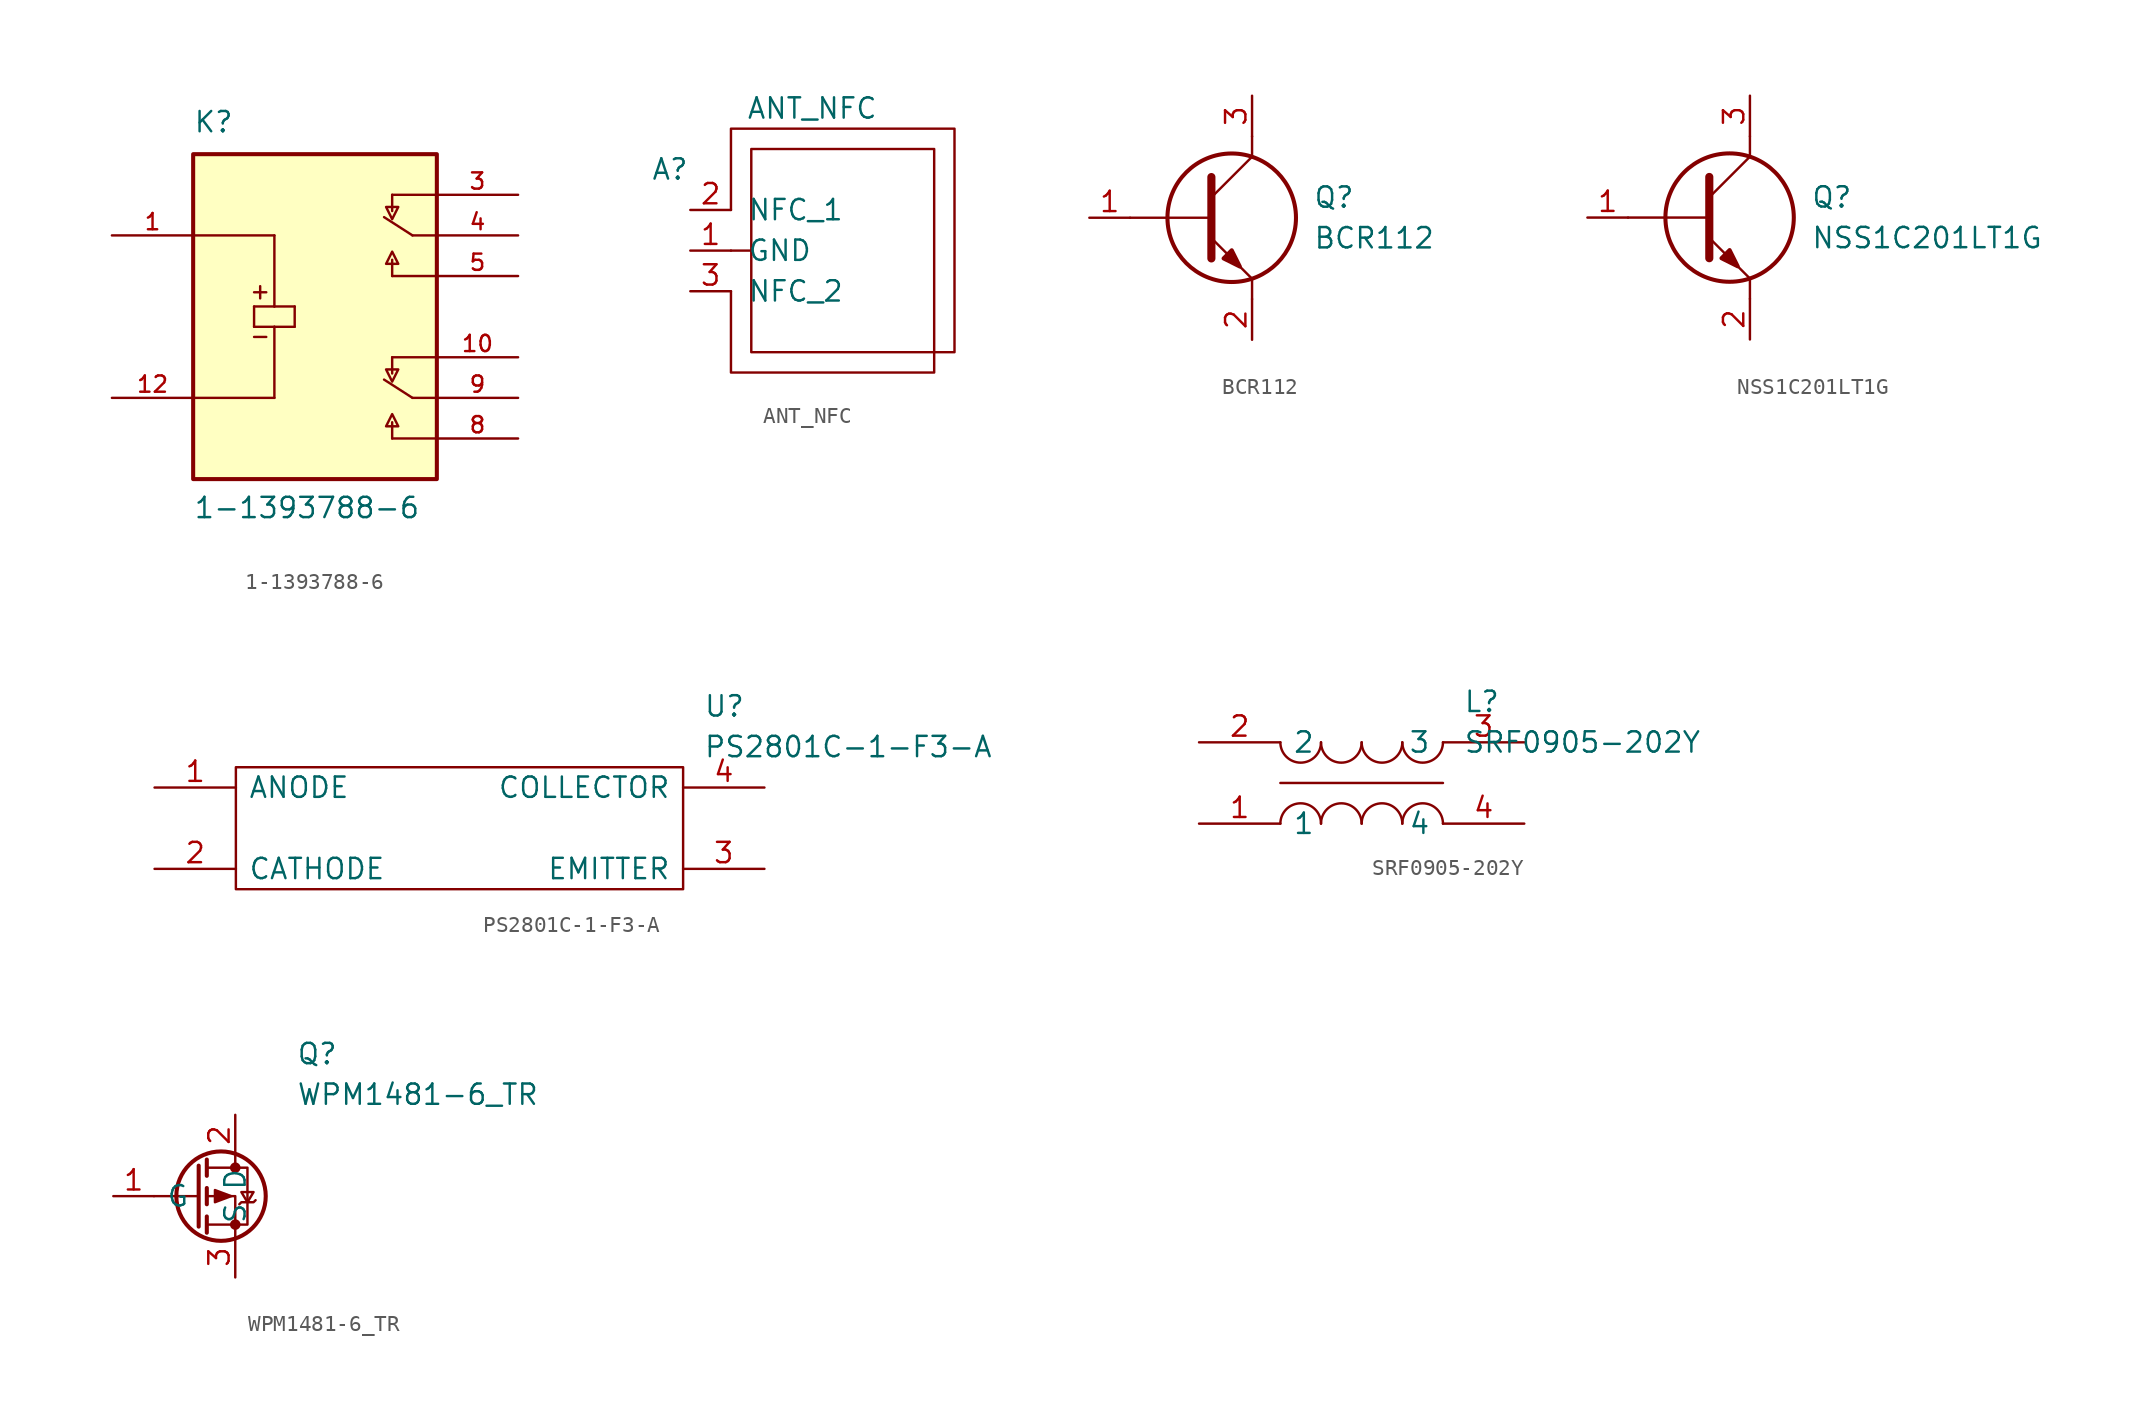
<source format=kicad_sym>
(kicad_symbol_lib
  (version 20211014)
  (generator kicad_symbol_editor)
  (symbol "1-1393788-6"
    (pin_names
      (offset 1.016) hide)
    (property "Reference" "K"
      (at -7.62 11.43 0)
      (effects (font (size 1.27 1.27)) (justify left bottom)))
    (property "Value" "1-1393788-6"
      (at -7.62 -12.7 0)
      (effects (font (size 1.27 1.27)) (justify left bottom)))
    (symbol "1-1393788-6_0_0"
      (rectangle (start -7.62 -10.16) (end 7.62 10.16) (stroke (width 0.254) (type default) (color 0 0 0 0)) (fill (type background)))
      (polyline (pts (xy -7.62 -5.08) (xy -2.54 -5.08)) (stroke (width 0.152) (type default) (color 0 0 0 0)) (fill (type none)))
      (polyline (pts (xy -7.62 5.08) (xy -2.54 5.08)) (stroke (width 0.152) (type default) (color 0 0 0 0)) (fill (type none)))
      (polyline (pts (xy -3.81 -1.27) (xy -3.048 -1.27)) (stroke (width 0.152) (type default) (color 0 0 0 0)) (fill (type none)))
      (polyline (pts (xy -3.81 -0.635) (xy -3.81 0.635)) (stroke (width 0.152) (type default) (color 0 0 0 0)) (fill (type none)))
      (polyline (pts (xy -3.81 0.635) (xy -2.54 0.635)) (stroke (width 0.152) (type default) (color 0 0 0 0)) (fill (type none)))
      (polyline (pts (xy -3.81 1.524) (xy -3.048 1.524)) (stroke (width 0.152) (type default) (color 0 0 0 0)) (fill (type none)))
      (polyline (pts (xy -3.429 1.905) (xy -3.429 1.143)) (stroke (width 0.152) (type default) (color 0 0 0 0)) (fill (type none)))
      (polyline (pts (xy -2.54 -0.635) (xy -3.81 -0.635)) (stroke (width 0.152) (type default) (color 0 0 0 0)) (fill (type none)))
      (polyline (pts (xy -2.54 -0.635) (xy -2.54 -5.08)) (stroke (width 0.152) (type default) (color 0 0 0 0)) (fill (type none)))
      (polyline (pts (xy -2.54 0.635) (xy -1.27 0.635)) (stroke (width 0.152) (type default) (color 0 0 0 0)) (fill (type none)))
      (polyline (pts (xy -2.54 5.08) (xy -2.54 0.635)) (stroke (width 0.152) (type default) (color 0 0 0 0)) (fill (type none)))
      (polyline (pts (xy -1.27 -0.635) (xy -2.54 -0.635)) (stroke (width 0.152) (type default) (color 0 0 0 0)) (fill (type none)))
      (polyline (pts (xy -1.27 0.635) (xy -1.27 -0.635)) (stroke (width 0.152) (type default) (color 0 0 0 0)) (fill (type none)))
      (polyline (pts (xy 4.826 -7.62) (xy 4.826 -6.604)) (stroke (width 0.152) (type default) (color 0 0 0 0)) (fill (type none)))
      (polyline (pts (xy 4.826 -7.62) (xy 7.62 -7.62)) (stroke (width 0.152) (type default) (color 0 0 0 0)) (fill (type none)))
      (polyline (pts (xy 4.826 -2.54) (xy 4.826 -3.556)) (stroke (width 0.152) (type default) (color 0 0 0 0)) (fill (type none)))
      (polyline (pts (xy 4.826 -2.54) (xy 7.62 -2.54)) (stroke (width 0.152) (type default) (color 0 0 0 0)) (fill (type none)))
      (polyline (pts (xy 4.826 2.54) (xy 4.826 3.556)) (stroke (width 0.152) (type default) (color 0 0 0 0)) (fill (type none)))
      (polyline (pts (xy 4.826 2.54) (xy 7.62 2.54)) (stroke (width 0.152) (type default) (color 0 0 0 0)) (fill (type none)))
      (polyline (pts (xy 4.826 7.62) (xy 4.826 6.604)) (stroke (width 0.152) (type default) (color 0 0 0 0)) (fill (type none)))
      (polyline (pts (xy 4.826 7.62) (xy 7.62 7.62)) (stroke (width 0.152) (type default) (color 0 0 0 0)) (fill (type none)))
      (polyline (pts (xy 6.096 -5.08) (xy 4.318 -3.937)) (stroke (width 0.152) (type default) (color 0 0 0 0)) (fill (type none)))
      (polyline (pts (xy 6.096 5.08) (xy 4.318 6.223)) (stroke (width 0.152) (type default) (color 0 0 0 0)) (fill (type none)))
      (polyline (pts (xy 7.62 -5.08) (xy 6.096 -5.08)) (stroke (width 0.152) (type default) (color 0 0 0 0)) (fill (type none)))
      (polyline (pts (xy 7.62 5.08) (xy 6.096 5.08)) (stroke (width 0.152) (type default) (color 0 0 0 0)) (fill (type none)))
      (polyline (pts (xy 5.207 -6.858) (xy 4.445 -6.858) (xy 4.826 -6.096) (xy 5.207 -6.858)) (stroke (width 0.152) (type default) (color 0 0 0 0)) (fill (type background)))
      (polyline (pts (xy 5.207 -3.302) (xy 4.445 -3.302) (xy 4.826 -4.064) (xy 5.207 -3.302)) (stroke (width 0.152) (type default) (color 0 0 0 0)) (fill (type background)))
      (polyline (pts (xy 5.207 3.302) (xy 4.445 3.302) (xy 4.826 4.064) (xy 5.207 3.302)) (stroke (width 0.152) (type default) (color 0 0 0 0)) (fill (type background)))
      (polyline (pts (xy 5.207 6.858) (xy 4.445 6.858) (xy 4.826 6.096) (xy 5.207 6.858)) (stroke (width 0.152) (type default) (color 0 0 0 0)) (fill (type background)))
      (pin passive line (at -12.7 5.08 0) (length 5.08) (name "~" (effects (font (size 1.016 1.016)))) (number "1" (effects (font (size 1.016 1.016)))))
      (pin passive line (at 12.7 -2.54 180) (length 5.08) (name "~" (effects (font (size 1.016 1.016)))) (number "10" (effects (font (size 1.016 1.016)))))
      (pin passive line (at -12.7 -5.08 0) (length 5.08) (name "~" (effects (font (size 1.016 1.016)))) (number "12" (effects (font (size 1.016 1.016)))))
      (pin passive line (at 12.7 7.62 180) (length 5.08) (name "~" (effects (font (size 1.016 1.016)))) (number "3" (effects (font (size 1.016 1.016)))))
      (pin passive line (at 12.7 5.08 180) (length 5.08) (name "~" (effects (font (size 1.016 1.016)))) (number "4" (effects (font (size 1.016 1.016)))))
      (pin passive line (at 12.7 2.54 180) (length 5.08) (name "~" (effects (font (size 1.016 1.016)))) (number "5" (effects (font (size 1.016 1.016)))))
      (pin passive line (at 12.7 -7.62 180) (length 5.08) (name "~" (effects (font (size 1.016 1.016)))) (number "8" (effects (font (size 1.016 1.016)))))
      (pin passive line (at 12.7 -5.08 180) (length 5.08) (name "~" (effects (font (size 1.016 1.016)))) (number "9" (effects (font (size 1.016 1.016)))))))
  (symbol "ANT_NFC"
    (pin_names
      (offset 1.016))
    (property "Reference" "A"
      (at -3.81 5.08 0)
      (effects (font (size 1.27 1.27))))
    (property "Value" "ANT_NFC"
      (at 5.08 8.89 0)
      (effects (font (size 1.27 1.27))))
    (symbol "ANT_NFC_0_1"
      (polyline (pts (xy 0 0) (xy 1.27 0)) (stroke (width 0) (type default) (color 0 0 0 0)) (fill (type none)))
      (polyline (pts (xy 0 2.54) (xy 0 7.62) (xy 13.97 7.62) (xy 13.97 -3.81) (xy 13.97 -5.08) (xy 13.97 -6.35) (xy 1.27 -6.35) (xy 1.27 0) (xy 1.27 5.08) (xy 1.27 6.35) (xy 12.7 6.35) (xy 12.7 -7.62) (xy 0 -7.62) (xy 0 -2.54)) (stroke (width 0) (type default) (color 0 0 0 0)) (fill (type none))))
    (symbol "ANT_NFC_1_1"
      (pin input line (at -2.54 0 0) (length 2.54) (name "GND" (effects (font (size 1.27 1.27)))) (number "1" (effects (font (size 1.27 1.27)))))
      (pin input line (at -2.54 2.54 0) (length 2.54) (name "NFC_1" (effects (font (size 1.27 1.27)))) (number "2" (effects (font (size 1.27 1.27)))))
      (pin input line (at -2.54 -2.54 0) (length 2.54) (name "NFC_2" (effects (font (size 1.27 1.27)))) (number "3" (effects (font (size 1.27 1.27)))))))
  (symbol "BCR112"
    (pin_names
      (offset 0.762))
    (property "Reference" "Q"
      (at 13.97 1.27 0)
      (effects (font (size 1.27 1.27)) (justify left)))
    (property "Value" "BCR112"
      (at 13.97 -1.27 0)
      (effects (font (size 1.27 1.27)) (justify left)))
    (symbol "BCR112_0_0"
      (pin unspecified line (at 0 0 0) (length 2.54) (name "~" (effects (font (size 1.27 1.27)))) (number "1" (effects (font (size 1.27 1.27)))))
      (pin unspecified line (at 10.16 -7.62 90) (length 2.54) (name "~" (effects (font (size 1.27 1.27)))) (number "2" (effects (font (size 1.27 1.27)))))
      (pin unspecified line (at 10.16 7.62 270) (length 2.54) (name "~" (effects (font (size 1.27 1.27)))) (number "3" (effects (font (size 1.27 1.27))))))
    (symbol "BCR112_0_1"
      (polyline (pts (xy 2.54 0) (xy 7.62 0)) (stroke (width 0.152) (type default) (color 0 0 0 0)) (fill (type none)))
      (polyline (pts (xy 7.62 -1.27) (xy 10.16 -3.81)) (stroke (width 0.152) (type default) (color 0 0 0 0)) (fill (type none)))
      (polyline (pts (xy 7.62 1.27) (xy 10.16 3.81)) (stroke (width 0.152) (type default) (color 0 0 0 0)) (fill (type none)))
      (polyline (pts (xy 7.62 2.54) (xy 7.62 -2.54)) (stroke (width 0.508) (type default) (color 0 0 0 0)) (fill (type none)))
      (polyline (pts (xy 10.16 -3.81) (xy 10.16 -5.08)) (stroke (width 0.152) (type default) (color 0 0 0 0)) (fill (type none)))
      (polyline (pts (xy 10.16 3.81) (xy 10.16 5.08)) (stroke (width 0.152) (type default) (color 0 0 0 0)) (fill (type none)))
      (polyline (pts (xy 8.382 -2.54) (xy 8.89 -2.032) (xy 9.398 -3.048) (xy 8.382 -2.54)) (stroke (width 0.254) (type default) (color 0 0 0 0)) (fill (type outline)))
      (circle (center 8.89 0) (radius 4.013) (stroke (width 0.254) (type default) (color 0 0 0 0)) (fill (type none)))))
  (symbol "NSS1C201LT1G"
    (pin_names
      (offset 0.762))
    (property "Reference" "Q"
      (at 13.97 1.27 0)
      (effects (font (size 1.27 1.27)) (justify left)))
    (property "Value" "NSS1C201LT1G"
      (at 13.97 -1.27 0)
      (effects (font (size 1.27 1.27)) (justify left)))
    (symbol "NSS1C201LT1G_0_0"
      (pin unspecified line (at 0 0 0) (length 2.54) (name "~" (effects (font (size 1.27 1.27)))) (number "1" (effects (font (size 1.27 1.27)))))
      (pin unspecified line (at 10.16 -7.62 90) (length 2.54) (name "~" (effects (font (size 1.27 1.27)))) (number "2" (effects (font (size 1.27 1.27)))))
      (pin unspecified line (at 10.16 7.62 270) (length 2.54) (name "~" (effects (font (size 1.27 1.27)))) (number "3" (effects (font (size 1.27 1.27))))))
    (symbol "NSS1C201LT1G_0_1"
      (polyline (pts (xy 2.54 0) (xy 7.62 0)) (stroke (width 0.152) (type default) (color 0 0 0 0)) (fill (type none)))
      (polyline (pts (xy 7.62 -1.27) (xy 10.16 -3.81)) (stroke (width 0.152) (type default) (color 0 0 0 0)) (fill (type none)))
      (polyline (pts (xy 7.62 1.27) (xy 10.16 3.81)) (stroke (width 0.152) (type default) (color 0 0 0 0)) (fill (type none)))
      (polyline (pts (xy 7.62 2.54) (xy 7.62 -2.54)) (stroke (width 0.508) (type default) (color 0 0 0 0)) (fill (type none)))
      (polyline (pts (xy 10.16 -3.81) (xy 10.16 -5.08)) (stroke (width 0.152) (type default) (color 0 0 0 0)) (fill (type none)))
      (polyline (pts (xy 10.16 3.81) (xy 10.16 5.08)) (stroke (width 0.152) (type default) (color 0 0 0 0)) (fill (type none)))
      (polyline (pts (xy 8.382 -2.54) (xy 8.89 -2.032) (xy 9.398 -3.048) (xy 8.382 -2.54)) (stroke (width 0.254) (type default) (color 0 0 0 0)) (fill (type outline)))
      (circle (center 8.89 0) (radius 4.013) (stroke (width 0.254) (type default) (color 0 0 0 0)) (fill (type none)))))
  (symbol "PS2801C-1-F3-A"
    (pin_names
      (offset 0.762))
    (property "Reference" "U"
      (at 34.29 7.62 0)
      (effects (font (size 1.27 1.27)) (justify left)))
    (property "Value" "PS2801C-1-F3-A"
      (at 34.29 5.08 0)
      (effects (font (size 1.27 1.27)) (justify left)))
    (symbol "PS2801C-1-F3-A_0_0"
      (pin unspecified line (at 0 2.54 0) (length 5.08) (name "ANODE" (effects (font (size 1.27 1.27)))) (number "1" (effects (font (size 1.27 1.27)))))
      (pin unspecified line (at 0 -2.54 0) (length 5.08) (name "CATHODE" (effects (font (size 1.27 1.27)))) (number "2" (effects (font (size 1.27 1.27)))))
      (pin unspecified line (at 38.1 -2.54 180) (length 5.08) (name "EMITTER" (effects (font (size 1.27 1.27)))) (number "3" (effects (font (size 1.27 1.27)))))
      (pin unspecified line (at 38.1 2.54 180) (length 5.08) (name "COLLECTOR" (effects (font (size 1.27 1.27)))) (number "4" (effects (font (size 1.27 1.27))))))
    (symbol "PS2801C-1-F3-A_0_1"
      (rectangle (start 5.08 -3.81) (end 33.02 3.81) (stroke (width 0) (type default) (color 0 0 0 0)) (fill (type none)))))
  (symbol "SRF0905-202Y"
    (pin_names
      (offset 0.762))
    (property "Reference" "L"
      (at 16.51 7.62 0)
      (effects (font (size 1.27 1.27)) (justify left)))
    (property "Value" "SRF0905-202Y"
      (at 16.51 5.08 0)
      (effects (font (size 1.27 1.27)) (justify left)))
    (symbol "SRF0905-202Y_0_0"
      (pin passive line (at 0 0 0) (length 5.08) (name "1" (effects (font (size 1.27 1.27)))) (number "1" (effects (font (size 1.27 1.27)))))
      (pin passive line (at 0 5.08 0) (length 5.08) (name "2" (effects (font (size 1.27 1.27)))) (number "2" (effects (font (size 1.27 1.27)))))
      (pin passive line (at 20.32 5.08 180) (length 5.08) (name "3" (effects (font (size 1.27 1.27)))) (number "3" (effects (font (size 1.27 1.27)))))
      (pin passive line (at 20.32 0 180) (length 5.08) (name "4" (effects (font (size 1.27 1.27)))) (number "4" (effects (font (size 1.27 1.27))))))
    (symbol "SRF0905-202Y_0_1"
      (polyline (pts (xy 5.08 2.54) (xy 15.24 2.54)) (stroke (width 0) (type default) (color 0 0 0 0)) (fill (type none)))
      (arc (start 15.24 0) (mid 13.97 1.27) (end 12.7 0) (stroke (width 0) (type default) (color 0 0 0 0)) (fill (type none))))
    (symbol "SRF0905-202Y_1_1"
      (arc (start 5.08 5.08) (mid 6.35 3.81) (end 7.62 5.08) (stroke (width 0) (type default) (color 0 0 0 0)) (fill (type none)))
      (arc (start 7.62 0) (mid 6.35 1.27) (end 5.08 0) (stroke (width 0) (type default) (color 0 0 0 0)) (fill (type none)))
      (arc (start 7.62 5.08) (mid 8.89 3.81) (end 10.16 5.08) (stroke (width 0) (type default) (color 0 0 0 0)) (fill (type none)))
      (arc (start 10.16 0) (mid 8.89 1.27) (end 7.62 0) (stroke (width 0) (type default) (color 0 0 0 0)) (fill (type none)))
      (arc (start 10.16 5.08) (mid 11.43 3.81) (end 12.7 5.08) (stroke (width 0) (type default) (color 0 0 0 0)) (fill (type none)))
      (arc (start 12.7 0) (mid 11.43 1.27) (end 10.16 0) (stroke (width 0) (type default) (color 0 0 0 0)) (fill (type none)))
      (arc (start 12.7 5.08) (mid 13.97 3.81) (end 15.24 5.08) (stroke (width 0) (type default) (color 0 0 0 0)) (fill (type none)))))
  (symbol "WPM1481-6_TR"
    (pin_names
      (offset 0.762))
    (property "Reference" "Q"
      (at 6.35 8.89 0)
      (effects (font (size 1.27 1.27)) (justify left)))
    (property "Value" "WPM1481-6_TR"
      (at 6.35 6.35 0)
      (effects (font (size 1.27 1.27)) (justify left)))
    (symbol "WPM1481-6_TR_1_1"
      (polyline (pts (xy 0.254 0) (xy -2.54 0)) (stroke (width 0) (type default) (color 0 0 0 0)) (fill (type none)))
      (polyline (pts (xy 0.254 1.905) (xy 0.254 -1.905)) (stroke (width 0.254) (type default) (color 0 0 0 0)) (fill (type none)))
      (polyline (pts (xy 0.762 -1.27) (xy 0.762 -2.286)) (stroke (width 0.254) (type default) (color 0 0 0 0)) (fill (type none)))
      (polyline (pts (xy 0.762 0.508) (xy 0.762 -0.508)) (stroke (width 0.254) (type default) (color 0 0 0 0)) (fill (type none)))
      (polyline (pts (xy 0.762 2.286) (xy 0.762 1.27)) (stroke (width 0.254) (type default) (color 0 0 0 0)) (fill (type none)))
      (polyline (pts (xy 2.54 2.54) (xy 2.54 1.778)) (stroke (width 0) (type default) (color 0 0 0 0)) (fill (type none)))
      (polyline (pts (xy 2.54 -2.54) (xy 2.54 0) (xy 0.762 0)) (stroke (width 0) (type default) (color 0 0 0 0)) (fill (type none)))
      (polyline (pts (xy 0.762 1.778) (xy 3.302 1.778) (xy 3.302 -1.778) (xy 0.762 -1.778)) (stroke (width 0) (type default) (color 0 0 0 0)) (fill (type none)))
      (polyline (pts (xy 2.286 0) (xy 1.27 0.381) (xy 1.27 -0.381) (xy 2.286 0)) (stroke (width 0) (type default) (color 0 0 0 0)) (fill (type outline)))
      (polyline (pts (xy 2.794 -0.508) (xy 2.921 -0.381) (xy 3.683 -0.381) (xy 3.81 -0.254)) (stroke (width 0) (type default) (color 0 0 0 0)) (fill (type none)))
      (polyline (pts (xy 3.302 -0.381) (xy 2.921 0.254) (xy 3.683 0.254) (xy 3.302 -0.381)) (stroke (width 0) (type default) (color 0 0 0 0)) (fill (type none)))
      (circle (center 1.651 0) (radius 2.794) (stroke (width 0.254) (type default) (color 0 0 0 0)) (fill (type none)))
      (circle (center 2.54 -1.778) (radius 0.254) (stroke (width 0) (type default) (color 0 0 0 0)) (fill (type outline)))
      (circle (center 2.54 1.778) (radius 0.254) (stroke (width 0) (type default) (color 0 0 0 0)) (fill (type outline)))
      (pin input line (at -5.08 0 0) (length 2.54) (name "G" (effects (font (size 1.27 1.27)))) (number "1" (effects (font (size 1.27 1.27)))))
      (pin passive line (at 2.54 5.08 270) (length 2.54) (name "D" (effects (font (size 1.27 1.27)))) (number "2" (effects (font (size 1.27 1.27)))))
      (pin passive line (at 2.54 -5.08 90) (length 2.54) (name "S" (effects (font (size 1.27 1.27)))) (number "3" (effects (font (size 1.27 1.27))))))))
</source>
